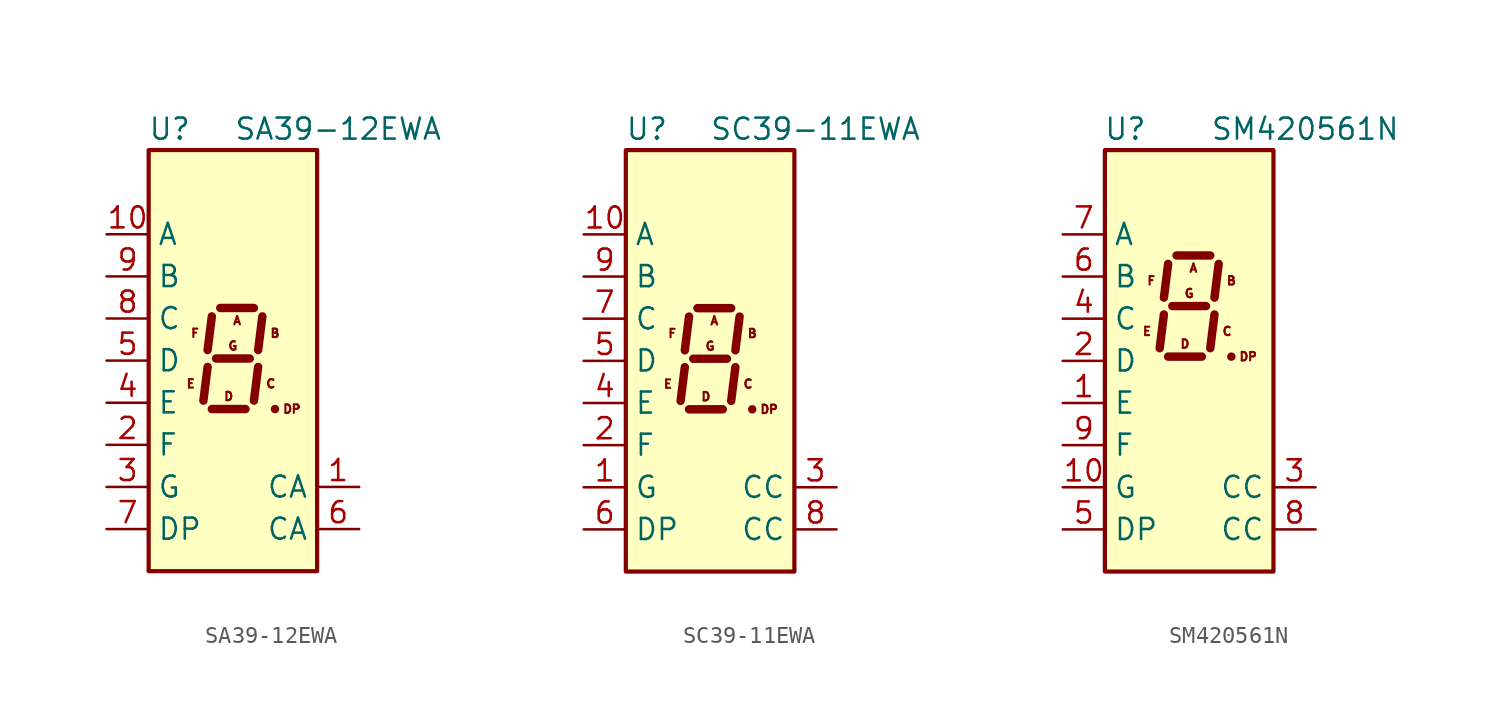
<source format=kicad_sym>
(kicad_symbol_lib
  (version 20201005)
  (generator kicad_symbol_editor)
  (symbol "SA39-12EWA"
    (property "Reference" "U"
      (at -3.81 13.97 0)
      (effects (font (size 1.27 1.27))))
    (property "Value" "SA39-12EWA"
      (at 6.35 13.97 0)
      (effects (font (size 1.27 1.27))))
    (symbol "SA39-12EWA_1_0"
      (text "A" (at 0.254 2.413 0) (effects (font (size 0.508 0.508))))
      (text "B" (at 2.54 1.651 0) (effects (font (size 0.508 0.508))))
      (text "C" (at 2.286 -1.397 0) (effects (font (size 0.508 0.508))))
      (text "D" (at -0.254 -2.159 0) (effects (font (size 0.508 0.508))))
      (text "DP" (at 3.556 -2.921 0) (effects (font (size 0.508 0.508))))
      (text "E" (at -2.54 -1.397 0) (effects (font (size 0.508 0.508))))
      (text "F" (at -2.286 1.651 0) (effects (font (size 0.508 0.508))))
      (text "G" (at 0 0.889 0) (effects (font (size 0.508 0.508)))))
    (symbol "SA39-12EWA_1_1"
      (rectangle (start -5.08 12.7) (end 5.08 -12.7) (stroke (width 0.254)) (fill (type background)))
      (polyline (pts (xy -1.524 -0.381) (xy -1.778 -2.413)) (stroke (width 0.508)) (fill (type none)))
      (polyline (pts (xy -1.27 -2.921) (xy 0.762 -2.921)) (stroke (width 0.508)) (fill (type none)))
      (polyline (pts (xy -1.27 2.667) (xy -1.524 0.635)) (stroke (width 0.508)) (fill (type none)))
      (polyline (pts (xy -1.016 0.127) (xy 1.016 0.127)) (stroke (width 0.508)) (fill (type none)))
      (polyline (pts (xy -0.762 3.175) (xy 1.27 3.175)) (stroke (width 0.508)) (fill (type none)))
      (polyline (pts (xy 1.524 -0.381) (xy 1.27 -2.413)) (stroke (width 0.508)) (fill (type none)))
      (polyline (pts (xy 1.778 2.667) (xy 1.524 0.635)) (stroke (width 0.508)) (fill (type none)))
      (polyline (pts (xy 2.54 -2.921) (xy 2.54 -2.921)) (stroke (width 0.508)) (fill (type none)))
      (pin input line (at 7.62 -7.62 180) (length 2.54) (name "CA" (effects (font (size 1.27 1.27)))) (number "1" (effects (font (size 1.27 1.27)))))
      (pin input line (at -7.62 7.62 0) (length 2.54) (name "A" (effects (font (size 1.27 1.27)))) (number "10" (effects (font (size 1.27 1.27)))))
      (pin input line (at -7.62 -5.08 0) (length 2.54) (name "F" (effects (font (size 1.27 1.27)))) (number "2" (effects (font (size 1.27 1.27)))))
      (pin input line (at -7.62 -7.62 0) (length 2.54) (name "G" (effects (font (size 1.27 1.27)))) (number "3" (effects (font (size 1.27 1.27)))))
      (pin input line (at -7.62 -2.54 0) (length 2.54) (name "E" (effects (font (size 1.27 1.27)))) (number "4" (effects (font (size 1.27 1.27)))))
      (pin input line (at -7.62 0 0) (length 2.54) (name "D" (effects (font (size 1.27 1.27)))) (number "5" (effects (font (size 1.27 1.27)))))
      (pin input line (at 7.62 -10.16 180) (length 2.54) (name "CA" (effects (font (size 1.27 1.27)))) (number "6" (effects (font (size 1.27 1.27)))))
      (pin input line (at -7.62 -10.16 0) (length 2.54) (name "DP" (effects (font (size 1.27 1.27)))) (number "7" (effects (font (size 1.27 1.27)))))
      (pin input line (at -7.62 2.54 0) (length 2.54) (name "C" (effects (font (size 1.27 1.27)))) (number "8" (effects (font (size 1.27 1.27)))))
      (pin input line (at -7.62 5.08 0) (length 2.54) (name "B" (effects (font (size 1.27 1.27)))) (number "9" (effects (font (size 1.27 1.27)))))))
  (symbol "SC39-11EWA"
    (property "Reference" "U"
      (at -3.81 13.97 0)
      (effects (font (size 1.27 1.27))))
    (property "Value" "SC39-11EWA"
      (at 6.35 13.97 0)
      (effects (font (size 1.27 1.27))))
    (symbol "SC39-11EWA_1_0"
      (text "A" (at 0.254 2.413 0) (effects (font (size 0.508 0.508))))
      (text "B" (at 2.54 1.651 0) (effects (font (size 0.508 0.508))))
      (text "C" (at 2.286 -1.397 0) (effects (font (size 0.508 0.508))))
      (text "D" (at -0.254 -2.159 0) (effects (font (size 0.508 0.508))))
      (text "DP" (at 3.556 -2.921 0) (effects (font (size 0.508 0.508))))
      (text "E" (at -2.54 -1.397 0) (effects (font (size 0.508 0.508))))
      (text "F" (at -2.286 1.651 0) (effects (font (size 0.508 0.508))))
      (text "G" (at 0 0.889 0) (effects (font (size 0.508 0.508)))))
    (symbol "SC39-11EWA_1_1"
      (rectangle (start -5.08 12.7) (end 5.08 -12.7) (stroke (width 0.254)) (fill (type background)))
      (polyline (pts (xy -1.524 -0.381) (xy -1.778 -2.413)) (stroke (width 0.508)) (fill (type none)))
      (polyline (pts (xy -1.27 -2.921) (xy 0.762 -2.921)) (stroke (width 0.508)) (fill (type none)))
      (polyline (pts (xy -1.27 2.667) (xy -1.524 0.635)) (stroke (width 0.508)) (fill (type none)))
      (polyline (pts (xy -1.016 0.127) (xy 1.016 0.127)) (stroke (width 0.508)) (fill (type none)))
      (polyline (pts (xy -0.762 3.175) (xy 1.27 3.175)) (stroke (width 0.508)) (fill (type none)))
      (polyline (pts (xy 1.524 -0.381) (xy 1.27 -2.413)) (stroke (width 0.508)) (fill (type none)))
      (polyline (pts (xy 1.778 2.667) (xy 1.524 0.635)) (stroke (width 0.508)) (fill (type none)))
      (polyline (pts (xy 2.54 -2.921) (xy 2.54 -2.921)) (stroke (width 0.508)) (fill (type none)))
      (pin input line (at -7.62 -7.62 0) (length 2.54) (name "G" (effects (font (size 1.27 1.27)))) (number "1" (effects (font (size 1.27 1.27)))))
      (pin input line (at -7.62 7.62 0) (length 2.54) (name "A" (effects (font (size 1.27 1.27)))) (number "10" (effects (font (size 1.27 1.27)))))
      (pin input line (at -7.62 -5.08 0) (length 2.54) (name "F" (effects (font (size 1.27 1.27)))) (number "2" (effects (font (size 1.27 1.27)))))
      (pin input line (at 7.62 -7.62 180) (length 2.54) (name "CC" (effects (font (size 1.27 1.27)))) (number "3" (effects (font (size 1.27 1.27)))))
      (pin input line (at -7.62 -2.54 0) (length 2.54) (name "E" (effects (font (size 1.27 1.27)))) (number "4" (effects (font (size 1.27 1.27)))))
      (pin input line (at -7.62 0 0) (length 2.54) (name "D" (effects (font (size 1.27 1.27)))) (number "5" (effects (font (size 1.27 1.27)))))
      (pin input line (at -7.62 -10.16 0) (length 2.54) (name "DP" (effects (font (size 1.27 1.27)))) (number "6" (effects (font (size 1.27 1.27)))))
      (pin input line (at -7.62 2.54 0) (length 2.54) (name "C" (effects (font (size 1.27 1.27)))) (number "7" (effects (font (size 1.27 1.27)))))
      (pin input line (at 7.62 -10.16 180) (length 2.54) (name "CC" (effects (font (size 1.27 1.27)))) (number "8" (effects (font (size 1.27 1.27)))))
      (pin input line (at -7.62 5.08 0) (length 2.54) (name "B" (effects (font (size 1.27 1.27)))) (number "9" (effects (font (size 1.27 1.27)))))))
  (symbol "SM420561N"
    (property "Reference" "U"
      (at -2.54 13.97 0)
      (effects (font (size 1.27 1.27)) (justify right)))
    (property "Value" "SM420561N"
      (at 1.27 13.97 0)
      (effects (font (size 1.27 1.27)) (justify left)))
    (symbol "SM420561N_0_0"
      (text "A" (at 0.254 5.588 0) (effects (font (size 0.508 0.508))))
      (text "B" (at 2.54 4.826 0) (effects (font (size 0.508 0.508))))
      (text "C" (at 2.286 1.778 0) (effects (font (size 0.508 0.508))))
      (text "D" (at -0.254 1.016 0) (effects (font (size 0.508 0.508))))
      (text "DP" (at 3.556 0.254 0) (effects (font (size 0.508 0.508))))
      (text "E" (at -2.54 1.778 0) (effects (font (size 0.508 0.508))))
      (text "F" (at -2.286 4.826 0) (effects (font (size 0.508 0.508))))
      (text "G" (at 0 4.064 0) (effects (font (size 0.508 0.508)))))
    (symbol "SM420561N_0_1"
      (rectangle (start -5.08 12.7) (end 5.08 -12.7) (stroke (width 0.254)) (fill (type background)))
      (polyline (pts (xy -1.524 2.794) (xy -1.778 0.762)) (stroke (width 0.508)) (fill (type none)))
      (polyline (pts (xy -1.27 0.254) (xy 0.762 0.254)) (stroke (width 0.508)) (fill (type none)))
      (polyline (pts (xy -1.27 5.842) (xy -1.524 3.81)) (stroke (width 0.508)) (fill (type none)))
      (polyline (pts (xy -1.016 3.302) (xy 1.016 3.302)) (stroke (width 0.508)) (fill (type none)))
      (polyline (pts (xy -0.762 6.35) (xy 1.27 6.35)) (stroke (width 0.508)) (fill (type none)))
      (polyline (pts (xy 1.524 2.794) (xy 1.27 0.762)) (stroke (width 0.508)) (fill (type none)))
      (polyline (pts (xy 1.778 5.842) (xy 1.524 3.81)) (stroke (width 0.508)) (fill (type none)))
      (polyline (pts (xy 2.54 0.254) (xy 2.54 0.254)) (stroke (width 0.508)) (fill (type none))))
    (symbol "SM420561N_1_1"
      (pin input line (at -7.62 -2.54 0) (length 2.54) (name "E" (effects (font (size 1.27 1.27)))) (number "1" (effects (font (size 1.27 1.27)))))
      (pin input line (at -7.62 -7.62 0) (length 2.54) (name "G" (effects (font (size 1.27 1.27)))) (number "10" (effects (font (size 1.27 1.27)))))
      (pin input line (at -7.62 0 0) (length 2.54) (name "D" (effects (font (size 1.27 1.27)))) (number "2" (effects (font (size 1.27 1.27)))))
      (pin input line (at 7.62 -7.62 180) (length 2.54) (name "CC" (effects (font (size 1.27 1.27)))) (number "3" (effects (font (size 1.27 1.27)))))
      (pin input line (at -7.62 2.54 0) (length 2.54) (name "C" (effects (font (size 1.27 1.27)))) (number "4" (effects (font (size 1.27 1.27)))))
      (pin input line (at -7.62 -10.16 0) (length 2.54) (name "DP" (effects (font (size 1.27 1.27)))) (number "5" (effects (font (size 1.27 1.27)))))
      (pin input line (at -7.62 5.08 0) (length 2.54) (name "B" (effects (font (size 1.27 1.27)))) (number "6" (effects (font (size 1.27 1.27)))))
      (pin input line (at -7.62 7.62 0) (length 2.54) (name "A" (effects (font (size 1.27 1.27)))) (number "7" (effects (font (size 1.27 1.27)))))
      (pin input line (at 7.62 -10.16 180) (length 2.54) (name "CC" (effects (font (size 1.27 1.27)))) (number "8" (effects (font (size 1.27 1.27)))))
      (pin input line (at -7.62 -5.08 0) (length 2.54) (name "F" (effects (font (size 1.27 1.27)))) (number "9" (effects (font (size 1.27 1.27))))))))
</source>
